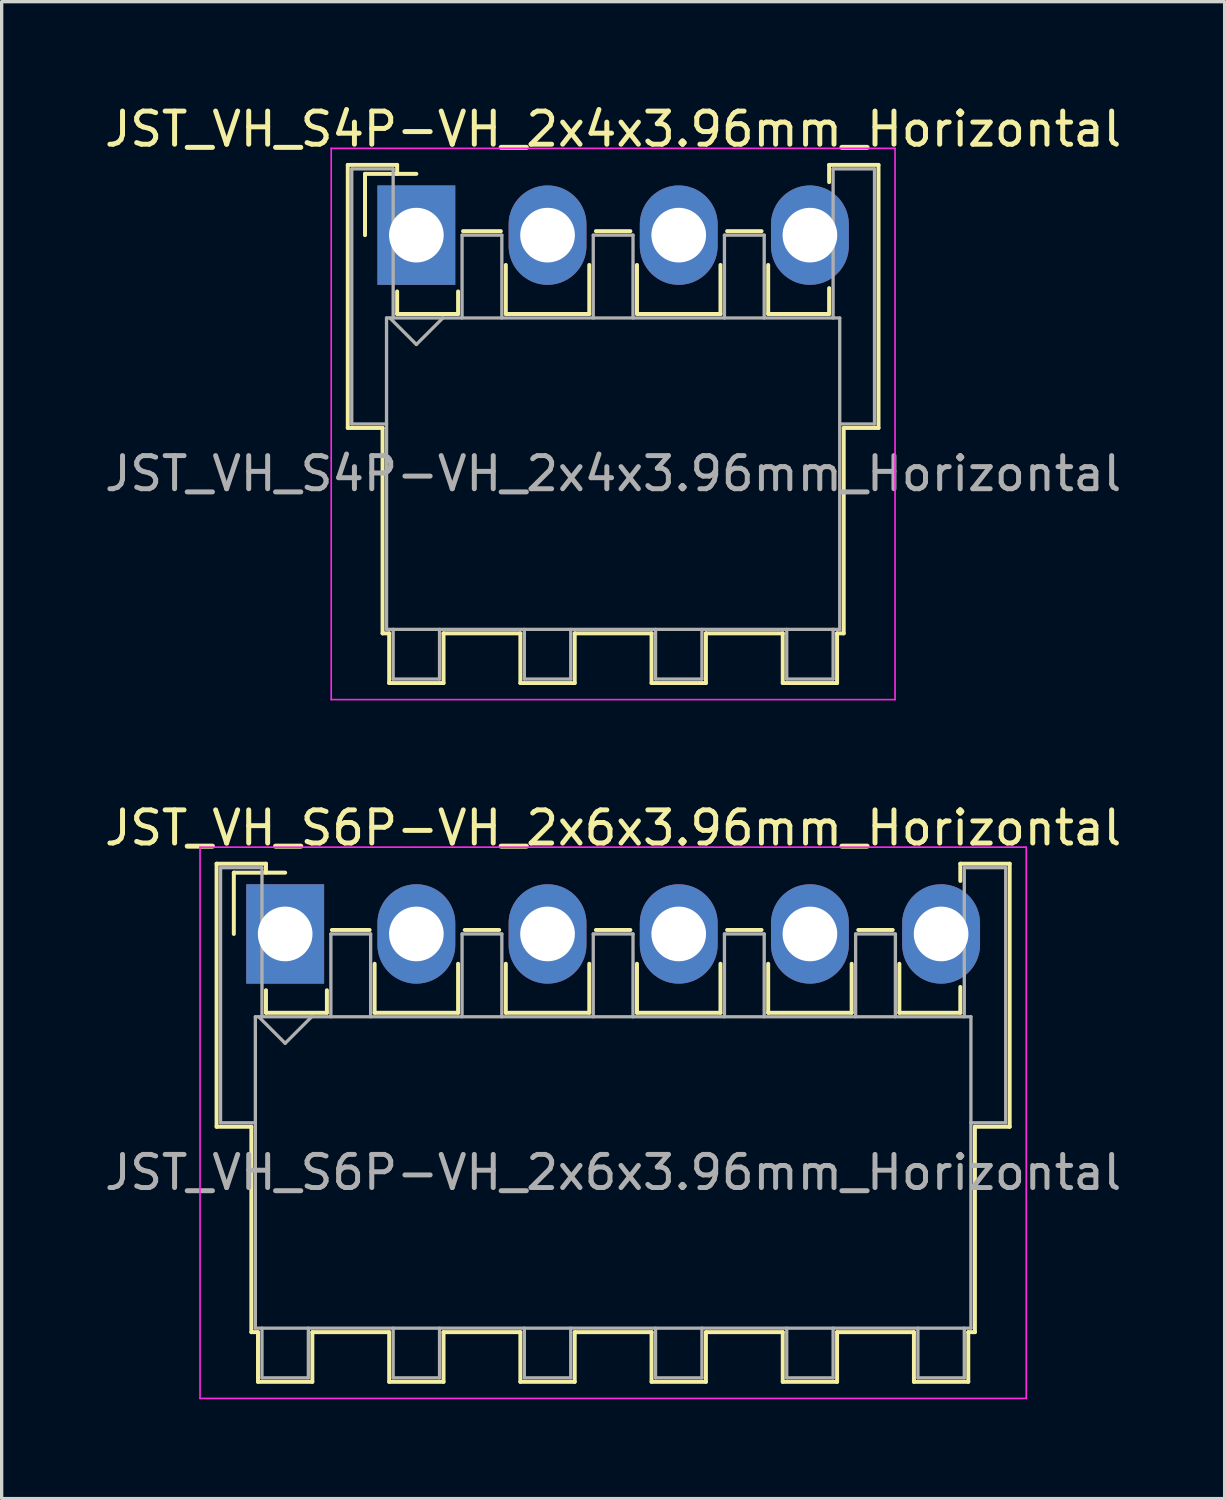
<source format=kicad_pcb>
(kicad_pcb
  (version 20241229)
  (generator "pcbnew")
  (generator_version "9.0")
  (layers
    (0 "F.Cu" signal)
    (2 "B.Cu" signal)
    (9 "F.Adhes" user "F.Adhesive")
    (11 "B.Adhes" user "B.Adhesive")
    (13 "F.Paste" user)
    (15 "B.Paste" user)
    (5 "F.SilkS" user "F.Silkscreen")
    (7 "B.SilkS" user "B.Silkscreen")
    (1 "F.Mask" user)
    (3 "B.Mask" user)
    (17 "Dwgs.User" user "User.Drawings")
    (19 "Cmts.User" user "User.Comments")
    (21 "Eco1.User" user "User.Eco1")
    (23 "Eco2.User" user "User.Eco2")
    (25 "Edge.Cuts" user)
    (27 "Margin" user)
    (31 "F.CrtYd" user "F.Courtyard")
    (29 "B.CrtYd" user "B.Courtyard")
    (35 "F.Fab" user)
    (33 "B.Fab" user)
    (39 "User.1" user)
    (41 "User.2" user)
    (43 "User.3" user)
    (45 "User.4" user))
  (footprint "JST_VH_S4P-VH_2x4x3.96mm_Horizontal"
    (layer "F.Cu")
    (at 9.518 4.048)
    (property "Reference" "JST_VH_S4P-VH_2x4x3.96mm_Horizontal" (at 5.94 -3.2 0) (layer "F.SilkS") (effects (font (size 1 1) (thickness 0.15))))
    (attr through_hole)
    (fp_line (start -2.07 -2.12) (end -0.58 -2.12) (stroke (width 0.12) (type solid)) (layer "F.SilkS"))
    (fp_line (start -2.07 5.82) (end -2.07 -2.12) (stroke (width 0.12) (type solid)) (layer "F.SilkS"))
    (fp_line (start -1.55 -1.85) (end -1.55 0) (stroke (width 0.12) (type solid)) (layer "F.SilkS"))
    (fp_line (start -1.02 5.82) (end -2.07 5.82) (stroke (width 0.12) (type solid)) (layer "F.SilkS"))
    (fp_line (start -1.02 5.82) (end -1.02 12.02) (stroke (width 0.12) (type solid)) (layer "F.SilkS"))
    (fp_line (start -1.02 12.02) (end -0.82 12.02) (stroke (width 0.12) (type solid)) (layer "F.SilkS"))
    (fp_line (start -0.82 12.02) (end -0.82 13.52) (stroke (width 0.12) (type solid)) (layer "F.SilkS"))
    (fp_line (start -0.82 13.52) (end 0.82 13.52) (stroke (width 0.12) (type solid)) (layer "F.SilkS"))
    (fp_line (start -0.58 -2.12) (end -0.58 -1.85) (stroke (width 0.12) (type solid)) (layer "F.SilkS"))
    (fp_line (start -0.58 1.7) (end -0.58 2.38) (stroke (width 0.12) (type solid)) (layer "F.SilkS"))
    (fp_line (start -0.58 2.38) (end 1.26 2.38) (stroke (width 0.12) (type solid)) (layer "F.SilkS"))
    (fp_line (start 0 -1.85) (end -1.55 -1.85) (stroke (width 0.12) (type solid)) (layer "F.SilkS"))
    (fp_line (start 0.82 12.02) (end 3.14 12.02) (stroke (width 0.12) (type solid)) (layer "F.SilkS"))
    (fp_line (start 0.82 13.52) (end 0.82 12.02) (stroke (width 0.12) (type solid)) (layer "F.SilkS"))
    (fp_line (start 1.26 2.38) (end 1.26 1.7) (stroke (width 0.12) (type solid)) (layer "F.SilkS"))
    (fp_line (start 1.41 -0.12) (end 2.55 -0.12) (stroke (width 0.12) (type solid)) (layer "F.SilkS"))
    (fp_line (start 2.7 0.9) (end 2.7 2.38) (stroke (width 0.12) (type solid)) (layer "F.SilkS"))
    (fp_line (start 2.7 2.38) (end 5.22 2.38) (stroke (width 0.12) (type solid)) (layer "F.SilkS"))
    (fp_line (start 3.14 12.02) (end 3.14 13.52) (stroke (width 0.12) (type solid)) (layer "F.SilkS"))
    (fp_line (start 3.14 13.52) (end 4.78 13.52) (stroke (width 0.12) (type solid)) (layer "F.SilkS"))
    (fp_line (start 4.78 12.02) (end 7.1 12.02) (stroke (width 0.12) (type solid)) (layer "F.SilkS"))
    (fp_line (start 4.78 13.52) (end 4.78 12.02) (stroke (width 0.12) (type solid)) (layer "F.SilkS"))
    (fp_line (start 5.22 2.38) (end 5.22 0.9) (stroke (width 0.12) (type solid)) (layer "F.SilkS"))
    (fp_line (start 5.42 -0.12) (end 6.46 -0.12) (stroke (width 0.12) (type solid)) (layer "F.SilkS"))
    (fp_line (start 6.66 0.9) (end 6.66 2.38) (stroke (width 0.12) (type solid)) (layer "F.SilkS"))
    (fp_line (start 6.66 2.38) (end 9.18 2.38) (stroke (width 0.12) (type solid)) (layer "F.SilkS"))
    (fp_line (start 7.1 12.02) (end 7.1 13.52) (stroke (width 0.12) (type solid)) (layer "F.SilkS"))
    (fp_line (start 7.1 13.52) (end 8.74 13.52) (stroke (width 0.12) (type solid)) (layer "F.SilkS"))
    (fp_line (start 8.74 12.02) (end 11.06 12.02) (stroke (width 0.12) (type solid)) (layer "F.SilkS"))
    (fp_line (start 8.74 13.52) (end 8.74 12.02) (stroke (width 0.12) (type solid)) (layer "F.SilkS"))
    (fp_line (start 9.18 2.38) (end 9.18 0.9) (stroke (width 0.12) (type solid)) (layer "F.SilkS"))
    (fp_line (start 9.38 -0.12) (end 10.42 -0.12) (stroke (width 0.12) (type solid)) (layer "F.SilkS"))
    (fp_line (start 10.62 0.9) (end 10.62 2.38) (stroke (width 0.12) (type solid)) (layer "F.SilkS"))
    (fp_line (start 10.62 2.38) (end 12.46 2.38) (stroke (width 0.12) (type solid)) (layer "F.SilkS"))
    (fp_line (start 11.06 12.02) (end 11.06 13.52) (stroke (width 0.12) (type solid)) (layer "F.SilkS"))
    (fp_line (start 11.06 13.52) (end 12.7 13.52) (stroke (width 0.12) (type solid)) (layer "F.SilkS"))
    (fp_line (start 12.46 -2.12) (end 13.95 -2.12) (stroke (width 0.12) (type solid)) (layer "F.SilkS"))
    (fp_line (start 12.46 -1.6) (end 12.46 -2.12) (stroke (width 0.12) (type solid)) (layer "F.SilkS"))
    (fp_line (start 12.46 2.38) (end 12.46 1.6) (stroke (width 0.12) (type solid)) (layer "F.SilkS"))
    (fp_line (start 12.7 12.02) (end 12.9 12.02) (stroke (width 0.12) (type solid)) (layer "F.SilkS"))
    (fp_line (start 12.7 13.52) (end 12.7 12.02) (stroke (width 0.12) (type solid)) (layer "F.SilkS"))
    (fp_line (start 12.9 12.02) (end 12.9 5.82) (stroke (width 0.12) (type solid)) (layer "F.SilkS"))
    (fp_line (start 13.95 -2.12) (end 13.95 5.82) (stroke (width 0.12) (type solid)) (layer "F.SilkS"))
    (fp_line (start 13.95 5.82) (end 12.9 5.82) (stroke (width 0.12) (type solid)) (layer "F.SilkS"))
    (fp_line (start -2.57 -2.62) (end -2.57 14.02) (stroke (width 0.05) (type solid)) (layer "F.CrtYd"))
    (fp_line (start -2.57 14.02) (end 14.45 14.02) (stroke (width 0.05) (type solid)) (layer "F.CrtYd"))
    (fp_line (start 14.45 -2.62) (end -2.57 -2.62) (stroke (width 0.05) (type solid)) (layer "F.CrtYd"))
    (fp_line (start 14.45 14.02) (end 14.45 -2.62) (stroke (width 0.05) (type solid)) (layer "F.CrtYd"))
    (fp_line (start -1.95 -2) (end -0.7 -2) (stroke (width 0.1) (type solid)) (layer "F.Fab"))
    (fp_line (start -1.95 5.7) (end -1.95 -2) (stroke (width 0.1) (type solid)) (layer "F.Fab"))
    (fp_line (start -0.9 2.5) (end -0.9 11.9) (stroke (width 0.1) (type solid)) (layer "F.Fab"))
    (fp_line (start -0.9 5.7) (end -1.95 5.7) (stroke (width 0.1) (type solid)) (layer "F.Fab"))
    (fp_line (start -0.9 11.9) (end 12.78 11.9) (stroke (width 0.1) (type solid)) (layer "F.Fab"))
    (fp_line (start -0.8 2.5) (end 0 3.3) (stroke (width 0.1) (type solid)) (layer "F.Fab"))
    (fp_line (start -0.7 -2) (end -0.7 2.5) (stroke (width 0.1) (type solid)) (layer "F.Fab"))
    (fp_line (start -0.7 11.9) (end -0.7 13.4) (stroke (width 0.1) (type solid)) (layer "F.Fab"))
    (fp_line (start -0.7 13.4) (end 0.7 13.4) (stroke (width 0.1) (type solid)) (layer "F.Fab"))
    (fp_line (start 0 3.3) (end 0.8 2.5) (stroke (width 0.1) (type solid)) (layer "F.Fab"))
    (fp_line (start 0.7 13.4) (end 0.7 11.9) (stroke (width 0.1) (type solid)) (layer "F.Fab"))
    (fp_line (start 1.38 0) (end 2.58 0) (stroke (width 0.1) (type solid)) (layer "F.Fab"))
    (fp_line (start 1.38 2.5) (end 1.38 0) (stroke (width 0.1) (type solid)) (layer "F.Fab"))
    (fp_line (start 2.58 0) (end 2.58 2.5) (stroke (width 0.1) (type solid)) (layer "F.Fab"))
    (fp_line (start 3.26 11.9) (end 3.26 13.4) (stroke (width 0.1) (type solid)) (layer "F.Fab"))
    (fp_line (start 3.26 13.4) (end 4.66 13.4) (stroke (width 0.1) (type solid)) (layer "F.Fab"))
    (fp_line (start 4.66 13.4) (end 4.66 11.9) (stroke (width 0.1) (type solid)) (layer "F.Fab"))
    (fp_line (start 5.34 0) (end 6.54 0) (stroke (width 0.1) (type solid)) (layer "F.Fab"))
    (fp_line (start 5.34 2.5) (end 5.34 0) (stroke (width 0.1) (type solid)) (layer "F.Fab"))
    (fp_line (start 6.54 0) (end 6.54 2.5) (stroke (width 0.1) (type solid)) (layer "F.Fab"))
    (fp_line (start 7.22 11.9) (end 7.22 13.4) (stroke (width 0.1) (type solid)) (layer "F.Fab"))
    (fp_line (start 7.22 13.4) (end 8.62 13.4) (stroke (width 0.1) (type solid)) (layer "F.Fab"))
    (fp_line (start 8.62 13.4) (end 8.62 11.9) (stroke (width 0.1) (type solid)) (layer "F.Fab"))
    (fp_line (start 9.3 0) (end 10.5 0) (stroke (width 0.1) (type solid)) (layer "F.Fab"))
    (fp_line (start 9.3 2.5) (end 9.3 0) (stroke (width 0.1) (type solid)) (layer "F.Fab"))
    (fp_line (start 10.5 0) (end 10.5 2.5) (stroke (width 0.1) (type solid)) (layer "F.Fab"))
    (fp_line (start 11.18 11.9) (end 11.18 13.4) (stroke (width 0.1) (type solid)) (layer "F.Fab"))
    (fp_line (start 11.18 13.4) (end 12.58 13.4) (stroke (width 0.1) (type solid)) (layer "F.Fab"))
    (fp_line (start 12.58 -2) (end 13.83 -2) (stroke (width 0.1) (type solid)) (layer "F.Fab"))
    (fp_line (start 12.58 2.5) (end 12.58 -2) (stroke (width 0.1) (type solid)) (layer "F.Fab"))
    (fp_line (start 12.58 13.4) (end 12.58 11.9) (stroke (width 0.1) (type solid)) (layer "F.Fab"))
    (fp_line (start 12.78 2.5) (end -0.9 2.5) (stroke (width 0.1) (type solid)) (layer "F.Fab"))
    (fp_line (start 12.78 11.9) (end 12.78 2.5) (stroke (width 0.1) (type solid)) (layer "F.Fab"))
    (fp_line (start 13.83 -2) (end 13.83 5.7) (stroke (width 0.1) (type solid)) (layer "F.Fab"))
    (fp_line (start 13.83 5.7) (end 12.78 5.7) (stroke (width 0.1) (type solid)) (layer "F.Fab"))
    (fp_text user "${REFERENCE}" (at 5.94 7.2 0) (layer "F.Fab") (effects (font (size 1 1) (thickness 0.15))))
    (pad "1" thru_hole rect (at 0 0) (size 2.35 3) (drill 1.65) (layers "*.Cu" "*.Mask"))
    (pad "2" thru_hole oval (at 3.96 0) (size 2.35 3) (drill 1.65) (layers "*.Cu" "*.Mask"))
    (pad "3" thru_hole oval (at 7.92 0) (size 2.35 3) (drill 1.65) (layers "*.Cu" "*.Mask"))
    (pad "4" thru_hole oval (at 11.88 0) (size 2.35 3) (drill 1.65) (layers "*.Cu" "*.Mask")))
  (footprint "JST_VH_S6P-VH_2x6x3.96mm_Horizontal"
    (layer "F.Cu")
    (at 5.558 25.142)
    (property "Reference" "JST_VH_S6P-VH_2x6x3.96mm_Horizontal" (at 9.9 -3.2 0) (layer "F.SilkS") (effects (font (size 1 1) (thickness 0.15))))
    (attr through_hole)
    (fp_line (start -2.07 -2.12) (end -0.58 -2.12) (stroke (width 0.12) (type solid)) (layer "F.SilkS"))
    (fp_line (start -2.07 5.82) (end -2.07 -2.12) (stroke (width 0.12) (type solid)) (layer "F.SilkS"))
    (fp_line (start -1.55 -1.85) (end -1.55 0) (stroke (width 0.12) (type solid)) (layer "F.SilkS"))
    (fp_line (start -1.02 5.82) (end -2.07 5.82) (stroke (width 0.12) (type solid)) (layer "F.SilkS"))
    (fp_line (start -1.02 5.82) (end -1.02 12.02) (stroke (width 0.12) (type solid)) (layer "F.SilkS"))
    (fp_line (start -1.02 12.02) (end -0.82 12.02) (stroke (width 0.12) (type solid)) (layer "F.SilkS"))
    (fp_line (start -0.82 12.02) (end -0.82 13.52) (stroke (width 0.12) (type solid)) (layer "F.SilkS"))
    (fp_line (start -0.82 13.52) (end 0.82 13.52) (stroke (width 0.12) (type solid)) (layer "F.SilkS"))
    (fp_line (start -0.58 -2.12) (end -0.58 -1.85) (stroke (width 0.12) (type solid)) (layer "F.SilkS"))
    (fp_line (start -0.58 1.7) (end -0.58 2.38) (stroke (width 0.12) (type solid)) (layer "F.SilkS"))
    (fp_line (start -0.58 2.38) (end 1.26 2.38) (stroke (width 0.12) (type solid)) (layer "F.SilkS"))
    (fp_line (start 0 -1.85) (end -1.55 -1.85) (stroke (width 0.12) (type solid)) (layer "F.SilkS"))
    (fp_line (start 0.82 12.02) (end 3.14 12.02) (stroke (width 0.12) (type solid)) (layer "F.SilkS"))
    (fp_line (start 0.82 13.52) (end 0.82 12.02) (stroke (width 0.12) (type solid)) (layer "F.SilkS"))
    (fp_line (start 1.26 2.38) (end 1.26 1.7) (stroke (width 0.12) (type solid)) (layer "F.SilkS"))
    (fp_line (start 1.41 -0.12) (end 2.55 -0.12) (stroke (width 0.12) (type solid)) (layer "F.SilkS"))
    (fp_line (start 2.7 0.9) (end 2.7 2.38) (stroke (width 0.12) (type solid)) (layer "F.SilkS"))
    (fp_line (start 2.7 2.38) (end 5.22 2.38) (stroke (width 0.12) (type solid)) (layer "F.SilkS"))
    (fp_line (start 3.14 12.02) (end 3.14 13.52) (stroke (width 0.12) (type solid)) (layer "F.SilkS"))
    (fp_line (start 3.14 13.52) (end 4.78 13.52) (stroke (width 0.12) (type solid)) (layer "F.SilkS"))
    (fp_line (start 4.78 12.02) (end 7.1 12.02) (stroke (width 0.12) (type solid)) (layer "F.SilkS"))
    (fp_line (start 4.78 13.52) (end 4.78 12.02) (stroke (width 0.12) (type solid)) (layer "F.SilkS"))
    (fp_line (start 5.22 2.38) (end 5.22 0.9) (stroke (width 0.12) (type solid)) (layer "F.SilkS"))
    (fp_line (start 5.42 -0.12) (end 6.46 -0.12) (stroke (width 0.12) (type solid)) (layer "F.SilkS"))
    (fp_line (start 6.66 0.9) (end 6.66 2.38) (stroke (width 0.12) (type solid)) (layer "F.SilkS"))
    (fp_line (start 6.66 2.38) (end 9.18 2.38) (stroke (width 0.12) (type solid)) (layer "F.SilkS"))
    (fp_line (start 7.1 12.02) (end 7.1 13.52) (stroke (width 0.12) (type solid)) (layer "F.SilkS"))
    (fp_line (start 7.1 13.52) (end 8.74 13.52) (stroke (width 0.12) (type solid)) (layer "F.SilkS"))
    (fp_line (start 8.74 12.02) (end 11.06 12.02) (stroke (width 0.12) (type solid)) (layer "F.SilkS"))
    (fp_line (start 8.74 13.52) (end 8.74 12.02) (stroke (width 0.12) (type solid)) (layer "F.SilkS"))
    (fp_line (start 9.18 2.38) (end 9.18 0.9) (stroke (width 0.12) (type solid)) (layer "F.SilkS"))
    (fp_line (start 9.38 -0.12) (end 10.42 -0.12) (stroke (width 0.12) (type solid)) (layer "F.SilkS"))
    (fp_line (start 10.62 0.9) (end 10.62 2.38) (stroke (width 0.12) (type solid)) (layer "F.SilkS"))
    (fp_line (start 10.62 2.38) (end 13.14 2.38) (stroke (width 0.12) (type solid)) (layer "F.SilkS"))
    (fp_line (start 11.06 12.02) (end 11.06 13.52) (stroke (width 0.12) (type solid)) (layer "F.SilkS"))
    (fp_line (start 11.06 13.52) (end 12.7 13.52) (stroke (width 0.12) (type solid)) (layer "F.SilkS"))
    (fp_line (start 12.7 12.02) (end 15.02 12.02) (stroke (width 0.12) (type solid)) (layer "F.SilkS"))
    (fp_line (start 12.7 13.52) (end 12.7 12.02) (stroke (width 0.12) (type solid)) (layer "F.SilkS"))
    (fp_line (start 13.14 2.38) (end 13.14 0.9) (stroke (width 0.12) (type solid)) (layer "F.SilkS"))
    (fp_line (start 13.34 -0.12) (end 14.38 -0.12) (stroke (width 0.12) (type solid)) (layer "F.SilkS"))
    (fp_line (start 14.58 0.9) (end 14.58 2.38) (stroke (width 0.12) (type solid)) (layer "F.SilkS"))
    (fp_line (start 14.58 2.38) (end 17.1 2.38) (stroke (width 0.12) (type solid)) (layer "F.SilkS"))
    (fp_line (start 15.02 12.02) (end 15.02 13.52) (stroke (width 0.12) (type solid)) (layer "F.SilkS"))
    (fp_line (start 15.02 13.52) (end 16.66 13.52) (stroke (width 0.12) (type solid)) (layer "F.SilkS"))
    (fp_line (start 16.66 12.02) (end 18.98 12.02) (stroke (width 0.12) (type solid)) (layer "F.SilkS"))
    (fp_line (start 16.66 13.52) (end 16.66 12.02) (stroke (width 0.12) (type solid)) (layer "F.SilkS"))
    (fp_line (start 17.1 2.38) (end 17.1 0.9) (stroke (width 0.12) (type solid)) (layer "F.SilkS"))
    (fp_line (start 17.3 -0.12) (end 18.34 -0.12) (stroke (width 0.12) (type solid)) (layer "F.SilkS"))
    (fp_line (start 18.54 0.9) (end 18.54 2.38) (stroke (width 0.12) (type solid)) (layer "F.SilkS"))
    (fp_line (start 18.54 2.38) (end 20.38 2.38) (stroke (width 0.12) (type solid)) (layer "F.SilkS"))
    (fp_line (start 18.98 12.02) (end 18.98 13.52) (stroke (width 0.12) (type solid)) (layer "F.SilkS"))
    (fp_line (start 18.98 13.52) (end 20.62 13.52) (stroke (width 0.12) (type solid)) (layer "F.SilkS"))
    (fp_line (start 20.38 -2.12) (end 21.87 -2.12) (stroke (width 0.12) (type solid)) (layer "F.SilkS"))
    (fp_line (start 20.38 -1.6) (end 20.38 -2.12) (stroke (width 0.12) (type solid)) (layer "F.SilkS"))
    (fp_line (start 20.38 2.38) (end 20.38 1.6) (stroke (width 0.12) (type solid)) (layer "F.SilkS"))
    (fp_line (start 20.62 12.02) (end 20.82 12.02) (stroke (width 0.12) (type solid)) (layer "F.SilkS"))
    (fp_line (start 20.62 13.52) (end 20.62 12.02) (stroke (width 0.12) (type solid)) (layer "F.SilkS"))
    (fp_line (start 20.82 12.02) (end 20.82 5.82) (stroke (width 0.12) (type solid)) (layer "F.SilkS"))
    (fp_line (start 21.87 -2.12) (end 21.87 5.82) (stroke (width 0.12) (type solid)) (layer "F.SilkS"))
    (fp_line (start 21.87 5.82) (end 20.82 5.82) (stroke (width 0.12) (type solid)) (layer "F.SilkS"))
    (fp_line (start -2.57 -2.62) (end -2.57 14.02) (stroke (width 0.05) (type solid)) (layer "F.CrtYd"))
    (fp_line (start -2.57 14.02) (end 22.37 14.02) (stroke (width 0.05) (type solid)) (layer "F.CrtYd"))
    (fp_line (start 22.37 -2.62) (end -2.57 -2.62) (stroke (width 0.05) (type solid)) (layer "F.CrtYd"))
    (fp_line (start 22.37 14.02) (end 22.37 -2.62) (stroke (width 0.05) (type solid)) (layer "F.CrtYd"))
    (fp_line (start -1.95 -2) (end -0.7 -2) (stroke (width 0.1) (type solid)) (layer "F.Fab"))
    (fp_line (start -1.95 5.7) (end -1.95 -2) (stroke (width 0.1) (type solid)) (layer "F.Fab"))
    (fp_line (start -0.9 2.5) (end -0.9 11.9) (stroke (width 0.1) (type solid)) (layer "F.Fab"))
    (fp_line (start -0.9 5.7) (end -1.95 5.7) (stroke (width 0.1) (type solid)) (layer "F.Fab"))
    (fp_line (start -0.9 11.9) (end 20.7 11.9) (stroke (width 0.1) (type solid)) (layer "F.Fab"))
    (fp_line (start -0.8 2.5) (end 0 3.3) (stroke (width 0.1) (type solid)) (layer "F.Fab"))
    (fp_line (start -0.7 -2) (end -0.7 2.5) (stroke (width 0.1) (type solid)) (layer "F.Fab"))
    (fp_line (start -0.7 11.9) (end -0.7 13.4) (stroke (width 0.1) (type solid)) (layer "F.Fab"))
    (fp_line (start -0.7 13.4) (end 0.7 13.4) (stroke (width 0.1) (type solid)) (layer "F.Fab"))
    (fp_line (start 0 3.3) (end 0.8 2.5) (stroke (width 0.1) (type solid)) (layer "F.Fab"))
    (fp_line (start 0.7 13.4) (end 0.7 11.9) (stroke (width 0.1) (type solid)) (layer "F.Fab"))
    (fp_line (start 1.38 0) (end 2.58 0) (stroke (width 0.1) (type solid)) (layer "F.Fab"))
    (fp_line (start 1.38 2.5) (end 1.38 0) (stroke (width 0.1) (type solid)) (layer "F.Fab"))
    (fp_line (start 2.58 0) (end 2.58 2.5) (stroke (width 0.1) (type solid)) (layer "F.Fab"))
    (fp_line (start 3.26 11.9) (end 3.26 13.4) (stroke (width 0.1) (type solid)) (layer "F.Fab"))
    (fp_line (start 3.26 13.4) (end 4.66 13.4) (stroke (width 0.1) (type solid)) (layer "F.Fab"))
    (fp_line (start 4.66 13.4) (end 4.66 11.9) (stroke (width 0.1) (type solid)) (layer "F.Fab"))
    (fp_line (start 5.34 0) (end 6.54 0) (stroke (width 0.1) (type solid)) (layer "F.Fab"))
    (fp_line (start 5.34 2.5) (end 5.34 0) (stroke (width 0.1) (type solid)) (layer "F.Fab"))
    (fp_line (start 6.54 0) (end 6.54 2.5) (stroke (width 0.1) (type solid)) (layer "F.Fab"))
    (fp_line (start 7.22 11.9) (end 7.22 13.4) (stroke (width 0.1) (type solid)) (layer "F.Fab"))
    (fp_line (start 7.22 13.4) (end 8.62 13.4) (stroke (width 0.1) (type solid)) (layer "F.Fab"))
    (fp_line (start 8.62 13.4) (end 8.62 11.9) (stroke (width 0.1) (type solid)) (layer "F.Fab"))
    (fp_line (start 9.3 0) (end 10.5 0) (stroke (width 0.1) (type solid)) (layer "F.Fab"))
    (fp_line (start 9.3 2.5) (end 9.3 0) (stroke (width 0.1) (type solid)) (layer "F.Fab"))
    (fp_line (start 10.5 0) (end 10.5 2.5) (stroke (width 0.1) (type solid)) (layer "F.Fab"))
    (fp_line (start 11.18 11.9) (end 11.18 13.4) (stroke (width 0.1) (type solid)) (layer "F.Fab"))
    (fp_line (start 11.18 13.4) (end 12.58 13.4) (stroke (width 0.1) (type solid)) (layer "F.Fab"))
    (fp_line (start 12.58 13.4) (end 12.58 11.9) (stroke (width 0.1) (type solid)) (layer "F.Fab"))
    (fp_line (start 13.26 0) (end 14.46 0) (stroke (width 0.1) (type solid)) (layer "F.Fab"))
    (fp_line (start 13.26 2.5) (end 13.26 0) (stroke (width 0.1) (type solid)) (layer "F.Fab"))
    (fp_line (start 14.46 0) (end 14.46 2.5) (stroke (width 0.1) (type solid)) (layer "F.Fab"))
    (fp_line (start 15.14 11.9) (end 15.14 13.4) (stroke (width 0.1) (type solid)) (layer "F.Fab"))
    (fp_line (start 15.14 13.4) (end 16.54 13.4) (stroke (width 0.1) (type solid)) (layer "F.Fab"))
    (fp_line (start 16.54 13.4) (end 16.54 11.9) (stroke (width 0.1) (type solid)) (layer "F.Fab"))
    (fp_line (start 17.22 0) (end 18.42 0) (stroke (width 0.1) (type solid)) (layer "F.Fab"))
    (fp_line (start 17.22 2.5) (end 17.22 0) (stroke (width 0.1) (type solid)) (layer "F.Fab"))
    (fp_line (start 18.42 0) (end 18.42 2.5) (stroke (width 0.1) (type solid)) (layer "F.Fab"))
    (fp_line (start 19.1 11.9) (end 19.1 13.4) (stroke (width 0.1) (type solid)) (layer "F.Fab"))
    (fp_line (start 19.1 13.4) (end 20.5 13.4) (stroke (width 0.1) (type solid)) (layer "F.Fab"))
    (fp_line (start 20.5 -2) (end 21.75 -2) (stroke (width 0.1) (type solid)) (layer "F.Fab"))
    (fp_line (start 20.5 2.5) (end 20.5 -2) (stroke (width 0.1) (type solid)) (layer "F.Fab"))
    (fp_line (start 20.5 13.4) (end 20.5 11.9) (stroke (width 0.1) (type solid)) (layer "F.Fab"))
    (fp_line (start 20.7 2.5) (end -0.9 2.5) (stroke (width 0.1) (type solid)) (layer "F.Fab"))
    (fp_line (start 20.7 11.9) (end 20.7 2.5) (stroke (width 0.1) (type solid)) (layer "F.Fab"))
    (fp_line (start 21.75 -2) (end 21.75 5.7) (stroke (width 0.1) (type solid)) (layer "F.Fab"))
    (fp_line (start 21.75 5.7) (end 20.7 5.7) (stroke (width 0.1) (type solid)) (layer "F.Fab"))
    (fp_text user "${REFERENCE}" (at 9.9 7.2 0) (layer "F.Fab") (effects (font (size 1 1) (thickness 0.15))))
    (pad "1" thru_hole rect (at 0 0) (size 2.35 3) (drill 1.65) (layers "*.Cu" "*.Mask"))
    (pad "2" thru_hole oval (at 3.96 0) (size 2.35 3) (drill 1.65) (layers "*.Cu" "*.Mask"))
    (pad "3" thru_hole oval (at 7.92 0) (size 2.35 3) (drill 1.65) (layers "*.Cu" "*.Mask"))
    (pad "4" thru_hole oval (at 11.88 0) (size 2.35 3) (drill 1.65) (layers "*.Cu" "*.Mask"))
    (pad "5" thru_hole oval (at 15.84 0) (size 2.35 3) (drill 1.65) (layers "*.Cu" "*.Mask"))
    (pad "6" thru_hole oval (at 19.8 0) (size 2.35 3) (drill 1.65) (layers "*.Cu" "*.Mask")))
  (gr_rect
    (start -3 -3)
    (end 33.917 42.187)
    (stroke (width 0.1) (type default))
    (fill no)
    (layer "Edge.Cuts")))
</source>
